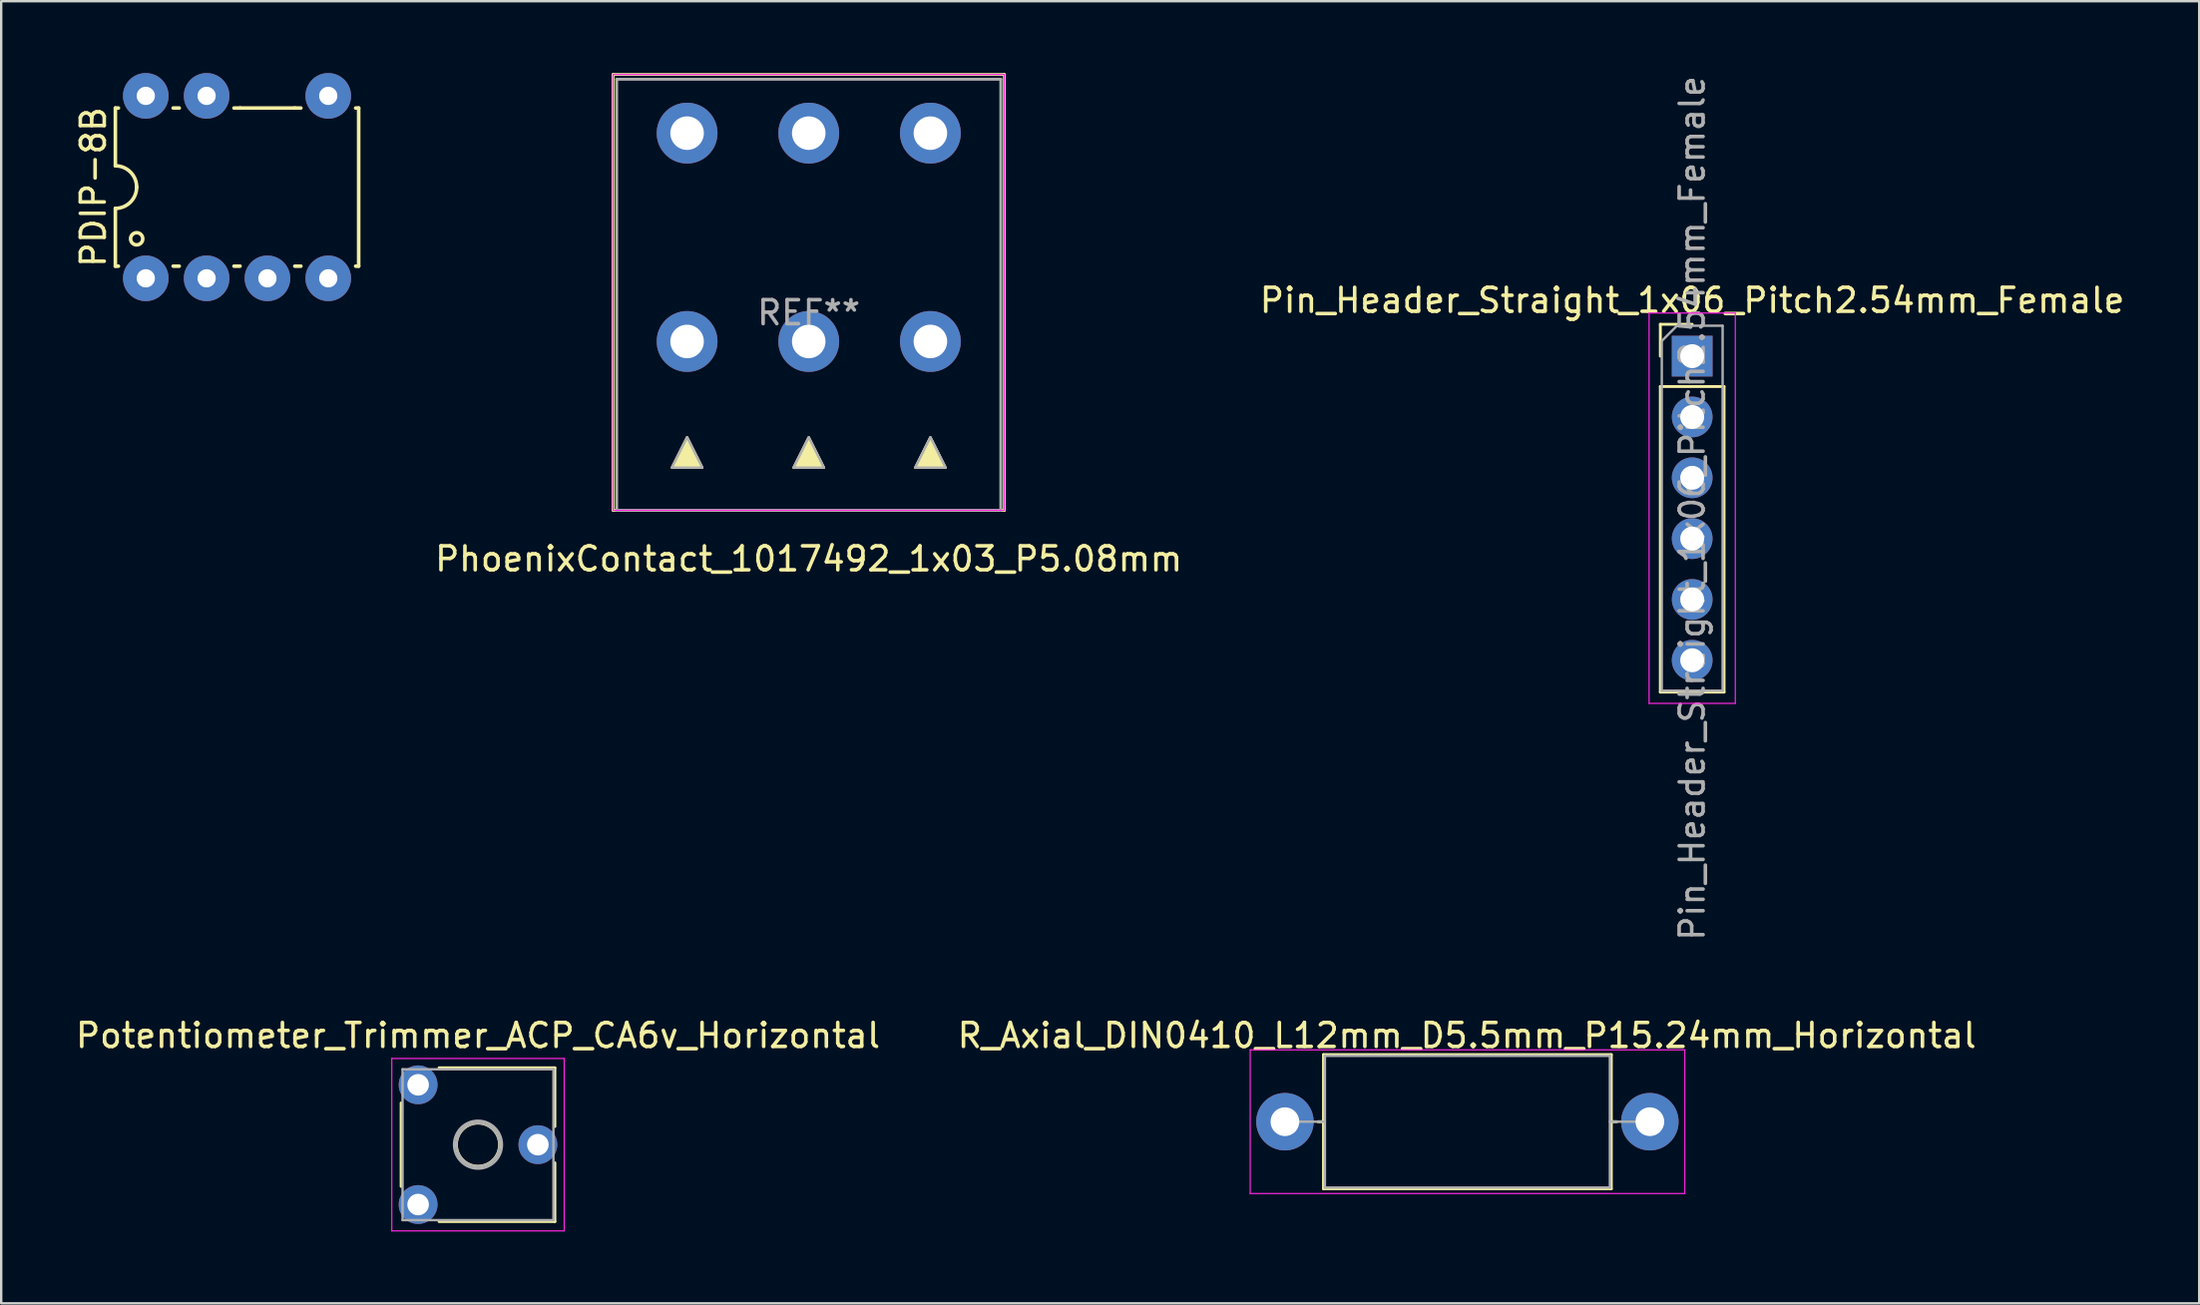
<source format=kicad_pcb>
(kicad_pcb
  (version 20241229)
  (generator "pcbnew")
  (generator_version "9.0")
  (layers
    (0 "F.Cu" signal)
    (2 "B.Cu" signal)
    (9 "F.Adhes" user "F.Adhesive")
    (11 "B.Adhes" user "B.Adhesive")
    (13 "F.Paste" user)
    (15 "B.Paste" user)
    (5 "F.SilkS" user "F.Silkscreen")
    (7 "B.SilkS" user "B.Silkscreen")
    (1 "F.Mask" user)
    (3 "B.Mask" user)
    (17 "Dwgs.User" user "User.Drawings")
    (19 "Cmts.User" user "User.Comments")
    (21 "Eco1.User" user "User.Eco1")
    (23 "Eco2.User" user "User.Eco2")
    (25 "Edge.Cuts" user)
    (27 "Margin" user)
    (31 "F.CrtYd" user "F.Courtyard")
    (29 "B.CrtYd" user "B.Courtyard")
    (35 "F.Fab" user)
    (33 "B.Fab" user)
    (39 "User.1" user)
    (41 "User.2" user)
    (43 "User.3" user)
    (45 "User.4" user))
  (footprint "PDIP-8B"
    (layer "F.Cu")
    (at 6.848 4.763)
    (property "Reference" "PDIP-8B" (at -6 0 90) (layer "F.SilkS") (effects (font (size 1 1) (thickness 0.15))))
    (attr through_hole)
    (fp_line (start -5.08 -3.302) (end -4.953 -3.302) (stroke (width 0.15) (type solid)) (layer "F.SilkS"))
    (fp_line (start -5.08 -0.889) (end -5.08 -3.302) (stroke (width 0.15) (type solid)) (layer "F.SilkS"))
    (fp_line (start -5.08 0.889) (end -5.08 3.302) (stroke (width 0.15) (type solid)) (layer "F.SilkS"))
    (fp_line (start -5.08 3.302) (end -4.953 3.302) (stroke (width 0.15) (type solid)) (layer "F.SilkS"))
    (fp_line (start -2.667 -3.302) (end -2.413 -3.302) (stroke (width 0.15) (type solid)) (layer "F.SilkS"))
    (fp_line (start -2.667 3.302) (end -2.413 3.302) (stroke (width 0.15) (type solid)) (layer "F.SilkS"))
    (fp_line (start -0.127 -3.302) (end 0.127 -3.302) (stroke (width 0.15) (type solid)) (layer "F.SilkS"))
    (fp_line (start -0.127 3.302) (end 0.127 3.302) (stroke (width 0.15) (type solid)) (layer "F.SilkS"))
    (fp_line (start 2.413 -3.302) (end 0.127 -3.302) (stroke (width 0.15) (type solid)) (layer "F.SilkS"))
    (fp_line (start 2.413 -3.302) (end 2.667 -3.302) (stroke (width 0.15) (type solid)) (layer "F.SilkS"))
    (fp_line (start 2.413 3.302) (end 2.667 3.302) (stroke (width 0.15) (type solid)) (layer "F.SilkS"))
    (fp_line (start 5.08 -3.302) (end 4.953 -3.302) (stroke (width 0.15) (type solid)) (layer "F.SilkS"))
    (fp_line (start 5.08 3.302) (end 4.953 3.302) (stroke (width 0.15) (type solid)) (layer "F.SilkS"))
    (fp_line (start 5.08 3.302) (end 5.08 -3.302) (stroke (width 0.15) (type solid)) (layer "F.SilkS"))
    (fp_arc (start -5.08 -0.889) (mid -4.451382 -0.628618) (end -4.191 0) (stroke (width 0.15) (type solid)) (layer "F.SilkS"))
    (fp_arc (start -4.191 0) (mid -4.451382 0.628618) (end -5.08 0.889) (stroke (width 0.15) (type solid)) (layer "F.SilkS"))
    (fp_circle (center -4.191 2.159) (end -3.937 2.159) (stroke (width 0.15) (type solid)) (fill no) (layer "F.SilkS"))
    (pad "1" thru_hole circle (at -3.81 3.81) (size 1.905 1.905) (drill 0.762) (layers "*.Cu" "*.Mask"))
    (pad "2" thru_hole circle (at -1.27 3.81) (size 1.905 1.905) (drill 0.762) (layers "*.Cu" "*.Mask"))
    (pad "3" thru_hole circle (at 1.27 3.81) (size 1.905 1.905) (drill 0.762) (layers "*.Cu" "*.Mask"))
    (pad "4" thru_hole circle (at 3.81 3.81) (size 1.905 1.905) (drill 0.762) (layers "*.Cu" "*.Mask"))
    (pad "5" thru_hole circle (at 3.81 -3.81) (size 1.905 1.905) (drill 0.762) (layers "*.Cu" "*.Mask"))
    (pad "7" thru_hole circle (at -1.27 -3.81) (size 1.905 1.905) (drill 0.762) (layers "*.Cu" "*.Mask"))
    (pad "8" thru_hole circle (at -3.81 -3.81) (size 1.905 1.905) (drill 0.762) (layers "*.Cu" "*.Mask")))
  (footprint "Potentiometer_Trimmer_ACP_CA6v_Horizontal"
    (layer "F.Cu")
    (at 14.411 47.253)
    (property "Reference" "Potentiometer_Trimmer_ACP_CA6v_Horizontal" (at 2.5 -7.06 0) (layer "F.SilkS") (effects (font (size 1 1) (thickness 0.15))))
    (attr through_hole)
    (fp_line (start -0.71 -4.242) (end -0.71 -0.757) (stroke (width 0.12) (type solid)) (layer "F.SilkS"))
    (fp_line (start 0.873 -5.71) (end 5.71 -5.71) (stroke (width 0.12) (type solid)) (layer "F.SilkS"))
    (fp_line (start 0.873 0.71) (end 5.71 0.71) (stroke (width 0.12) (type solid)) (layer "F.SilkS"))
    (fp_line (start 5.71 -5.71) (end 5.71 -3.257) (stroke (width 0.12) (type solid)) (layer "F.SilkS"))
    (fp_line (start 5.71 -1.742) (end 5.71 0.71) (stroke (width 0.12) (type solid)) (layer "F.SilkS"))
    (fp_circle (center 2.5 -2.5) (end 3.4 -2.5) (stroke (width 0.12) (type solid)) (fill no) (layer "F.SilkS"))
    (fp_line (start -1.1 -6.1) (end -1.1 1.1) (stroke (width 0.05) (type solid)) (layer "F.CrtYd"))
    (fp_line (start -1.1 1.1) (end 6.1 1.1) (stroke (width 0.05) (type solid)) (layer "F.CrtYd"))
    (fp_line (start 6.1 -6.1) (end -1.1 -6.1) (stroke (width 0.05) (type solid)) (layer "F.CrtYd"))
    (fp_line (start 6.1 1.1) (end 6.1 -6.1) (stroke (width 0.05) (type solid)) (layer "F.CrtYd"))
    (fp_line (start -0.65 -5.65) (end -0.65 0.65) (stroke (width 0.1) (type solid)) (layer "F.Fab"))
    (fp_line (start -0.65 0.65) (end 5.65 0.65) (stroke (width 0.1) (type solid)) (layer "F.Fab"))
    (fp_line (start 5.65 -5.65) (end -0.65 -5.65) (stroke (width 0.1) (type solid)) (layer "F.Fab"))
    (fp_line (start 5.65 0.65) (end 5.65 -5.65) (stroke (width 0.1) (type solid)) (layer "F.Fab"))
    (fp_circle (center 2.5 -2.5) (end 3.4 -2.5) (stroke (width 0.1) (type solid)) (fill no) (layer "F.Fab"))
    (fp_circle (center 2.5 -2.5) (end 3.5 -2.5) (stroke (width 0.1) (type solid)) (fill no) (layer "F.Fab"))
    (pad "1" thru_hole circle (at 0 0) (size 1.62 1.62) (drill 0.9) (layers "*.Cu" "*.Mask"))
    (pad "2" thru_hole circle (at 5 -2.5) (size 1.62 1.62) (drill 0.9) (layers "*.Cu" "*.Mask"))
    (pad "3" thru_hole circle (at 0 -5) (size 1.62 1.62) (drill 0.9) (layers "*.Cu" "*.Mask")))
  (footprint "Pin_Header_Straight_1x06_Pitch2.54mm_Female"
    (layer "F.Cu")
    (at 67.616 11.823)
    (property "Reference" "Pin_Header_Straight_1x06_Pitch2.54mm_Female" (at 0 -2.33 0) (layer "F.SilkS") (effects (font (size 1 1) (thickness 0.15))))
    (attr through_hole)
    (fp_line (start -1.33 -1.33) (end 0 -1.33) (stroke (width 0.12) (type solid)) (layer "F.SilkS"))
    (fp_line (start -1.33 0) (end -1.33 -1.33) (stroke (width 0.12) (type solid)) (layer "F.SilkS"))
    (fp_line (start -1.33 1.27) (end -1.33 14.03) (stroke (width 0.12) (type solid)) (layer "F.SilkS"))
    (fp_line (start -1.33 1.27) (end 1.33 1.27) (stroke (width 0.12) (type solid)) (layer "F.SilkS"))
    (fp_line (start -1.33 14.03) (end 1.33 14.03) (stroke (width 0.12) (type solid)) (layer "F.SilkS"))
    (fp_line (start 1.33 1.27) (end 1.33 14.03) (stroke (width 0.12) (type solid)) (layer "F.SilkS"))
    (fp_line (start -1.8 -1.8) (end -1.8 14.5) (stroke (width 0.05) (type solid)) (layer "F.CrtYd"))
    (fp_line (start -1.8 14.5) (end 1.8 14.5) (stroke (width 0.05) (type solid)) (layer "F.CrtYd"))
    (fp_line (start 1.8 -1.8) (end -1.8 -1.8) (stroke (width 0.05) (type solid)) (layer "F.CrtYd"))
    (fp_line (start 1.8 14.5) (end 1.8 -1.8) (stroke (width 0.05) (type solid)) (layer "F.CrtYd"))
    (fp_line (start -1.27 -0.635) (end -0.635 -1.27) (stroke (width 0.1) (type solid)) (layer "F.Fab"))
    (fp_line (start -1.27 13.97) (end -1.27 -0.635) (stroke (width 0.1) (type solid)) (layer "F.Fab"))
    (fp_line (start -0.635 -1.27) (end 1.27 -1.27) (stroke (width 0.1) (type solid)) (layer "F.Fab"))
    (fp_line (start 1.27 -1.27) (end 1.27 13.97) (stroke (width 0.1) (type solid)) (layer "F.Fab"))
    (fp_line (start 1.27 13.97) (end -1.27 13.97) (stroke (width 0.1) (type solid)) (layer "F.Fab"))
    (fp_text user "${REFERENCE}" (at 0 6.35 90) (layer "F.Fab") (effects (font (size 1 1) (thickness 0.15))))
    (pad "1" thru_hole rect (at 0 0) (size 1.7 1.7) (drill 1) (layers "*.Cu" "*.Mask"))
    (pad "2" thru_hole oval (at 0 2.54) (size 1.7 1.7) (drill 1) (layers "*.Cu" "*.Mask"))
    (pad "3" thru_hole oval (at 0 5.08) (size 1.7 1.7) (drill 1) (layers "*.Cu" "*.Mask"))
    (pad "4" thru_hole oval (at 0 7.62) (size 1.7 1.7) (drill 1) (layers "*.Cu" "*.Mask"))
    (pad "5" thru_hole oval (at 0 10.16) (size 1.7 1.7) (drill 1) (layers "*.Cu" "*.Mask"))
    (pad "6" thru_hole oval (at 0 12.7) (size 1.7 1.7) (drill 1) (layers "*.Cu" "*.Mask")))
  (footprint "PhoenixContact_1017492_1x03_P5.08mm"
    (layer "F.Cu")
    (at 30.723 2.51)
    (property "Reference" "PhoenixContact_1017492_1x03_P5.08mm" (at 0 17.78 0) (layer "F.SilkS") (effects (font (size 1 1) (thickness 0.15))))
    (attr through_hole)
    (fp_line (start -8.17 -2.45) (end -8.17 15.75) (stroke (width 0.12) (type solid)) (layer "F.SilkS"))
    (fp_line (start -8.17 -2.45) (end 8.17 -2.45) (stroke (width 0.12) (type solid)) (layer "F.SilkS"))
    (fp_line (start -8.17 15.75) (end 8.17 15.75) (stroke (width 0.12) (type solid)) (layer "F.SilkS"))
    (fp_line (start 8.17 -2.45) (end 8.17 15.75) (stroke (width 0.12) (type solid)) (layer "F.SilkS"))
    (fp_poly (pts (xy -4.445 13.97) (xy -5.715 13.97) (xy -5.08 12.7)) (stroke (width 0.1) (type solid)) (fill yes) (layer "F.SilkS"))
    (fp_poly (pts (xy 0.635 13.97) (xy -0.635 13.97) (xy 0 12.7)) (stroke (width 0.1) (type solid)) (fill yes) (layer "F.SilkS"))
    (fp_poly (pts (xy 5.715 13.97) (xy 4.445 13.97) (xy 5.08 12.7)) (stroke (width 0.1) (type solid)) (fill yes) (layer "F.SilkS"))
    (fp_line (start -8.17 -2.45) (end -8.17 15.75) (stroke (width 0.05) (type solid)) (layer "F.CrtYd"))
    (fp_line (start -8.17 -2.45) (end 8.17 -2.45) (stroke (width 0.05) (type solid)) (layer "F.CrtYd"))
    (fp_line (start -8.17 15.75) (end 8.17 15.75) (stroke (width 0.05) (type solid)) (layer "F.CrtYd"))
    (fp_line (start 8.17 15.75) (end 8.17 -2.45) (stroke (width 0.05) (type solid)) (layer "F.CrtYd"))
    (fp_line (start -8.02 -2.25) (end -8.02 15.75) (stroke (width 0.12) (type solid)) (layer "F.Fab"))
    (fp_line (start -8.02 -2.25) (end 8.02 -2.25) (stroke (width 0.12) (type solid)) (layer "F.Fab"))
    (fp_line (start -8.02 15.75) (end 8.02 15.75) (stroke (width 0.12) (type solid)) (layer "F.Fab"))
    (fp_line (start 8.02 15.75) (end 8.02 -2.25) (stroke (width 0.12) (type solid)) (layer "F.Fab"))
    (fp_poly (pts (xy -4.445 13.97) (xy -5.715 13.97) (xy -5.08 12.7)) (stroke (width 0.1) (type solid)) (fill no) (layer "F.Fab"))
    (fp_poly (pts (xy 0.635 13.97) (xy -0.635 13.97) (xy 0 12.7)) (stroke (width 0.1) (type solid)) (fill no) (layer "F.Fab"))
    (fp_poly (pts (xy 5.715 13.97) (xy 4.445 13.97) (xy 5.08 12.7)) (stroke (width 0.1) (type solid)) (fill no) (layer "F.Fab"))
    (fp_text user "REF**" (at 0 7.5 0) (layer "F.Fab") (effects (font (size 1 1) (thickness 0.15))))
    (pad "1" thru_hole circle (at -5.08 0) (size 2.54 2.54) (drill 1.4) (layers "*.Cu" "*.Mask"))
    (pad "1" thru_hole circle (at -5.08 8.7) (size 2.54 2.54) (drill 1.4) (layers "*.Cu" "*.Mask"))
    (pad "2" thru_hole circle (at 0 0) (size 2.54 2.54) (drill 1.4) (layers "*.Cu" "*.Mask"))
    (pad "2" thru_hole circle (at 0 8.7) (size 2.54 2.54) (drill 1.4) (layers "*.Cu" "*.Mask"))
    (pad "3" thru_hole circle (at 5.08 0) (size 2.54 2.54) (drill 1.4) (layers "*.Cu" "*.Mask"))
    (pad "3" thru_hole circle (at 5.08 8.7) (size 2.54 2.54) (drill 1.4) (layers "*.Cu" "*.Mask")))
  (footprint "R_Axial_DIN0410_L12mm_D5.5mm_P15.24mm_Horizontal"
    (layer "F.Cu")
    (at 50.608 43.793)
    (property "Reference" "R_Axial_DIN0410_L12mm_D5.5mm_P15.24mm_Horizontal" (at 7.6 -3.6 0) (layer "F.SilkS") (effects (font (size 1 1) (thickness 0.15))))
    (attr through_hole)
    (fp_line (start 1.38 0) (end 1.61 0) (stroke (width 0.12) (type solid)) (layer "F.SilkS"))
    (fp_line (start 1.61 -2.8) (end 1.61 2.8) (stroke (width 0.12) (type solid)) (layer "F.SilkS"))
    (fp_line (start 1.61 2.8) (end 13.63 2.8) (stroke (width 0.12) (type solid)) (layer "F.SilkS"))
    (fp_line (start 13.63 -2.8) (end 1.61 -2.8) (stroke (width 0.12) (type solid)) (layer "F.SilkS"))
    (fp_line (start 13.63 2.8) (end 13.63 -2.8) (stroke (width 0.12) (type solid)) (layer "F.SilkS"))
    (fp_line (start 13.86 0) (end 13.63 0) (stroke (width 0.12) (type solid)) (layer "F.SilkS"))
    (fp_line (start -1.45 -3) (end -1.45 3) (stroke (width 0.05) (type solid)) (layer "F.CrtYd"))
    (fp_line (start -1.45 3) (end 16.7 3) (stroke (width 0.05) (type solid)) (layer "F.CrtYd"))
    (fp_line (start 16.7 -3) (end -1.45 -3) (stroke (width 0.05) (type solid)) (layer "F.CrtYd"))
    (fp_line (start 16.7 3) (end 16.7 -3) (stroke (width 0.05) (type solid)) (layer "F.CrtYd"))
    (fp_line (start 0 0) (end 1.67 0) (stroke (width 0.1) (type solid)) (layer "F.Fab"))
    (fp_line (start 1.67 -2.75) (end 1.67 2.75) (stroke (width 0.1) (type solid)) (layer "F.Fab"))
    (fp_line (start 1.67 2.75) (end 13.57 2.75) (stroke (width 0.1) (type solid)) (layer "F.Fab"))
    (fp_line (start 13.57 -2.75) (end 1.67 -2.75) (stroke (width 0.1) (type solid)) (layer "F.Fab"))
    (fp_line (start 13.57 2.75) (end 13.57 -2.75) (stroke (width 0.1) (type solid)) (layer "F.Fab"))
    (fp_line (start 15.24 0) (end 13.57 0) (stroke (width 0.1) (type solid)) (layer "F.Fab"))
    (pad "1" thru_hole circle (at 0 0) (size 2.4 2.4) (drill 1.2) (layers "*.Cu" "*.Mask"))
    (pad "2" thru_hole oval (at 15.24 0) (size 2.4 2.4) (drill 1.2) (layers "*.Cu" "*.Mask")))
  (gr_rect
    (start -3 -3)
    (end 88.789 51.378)
    (stroke (width 0.1) (type default))
    (fill no)
    (layer "Edge.Cuts")))
</source>
